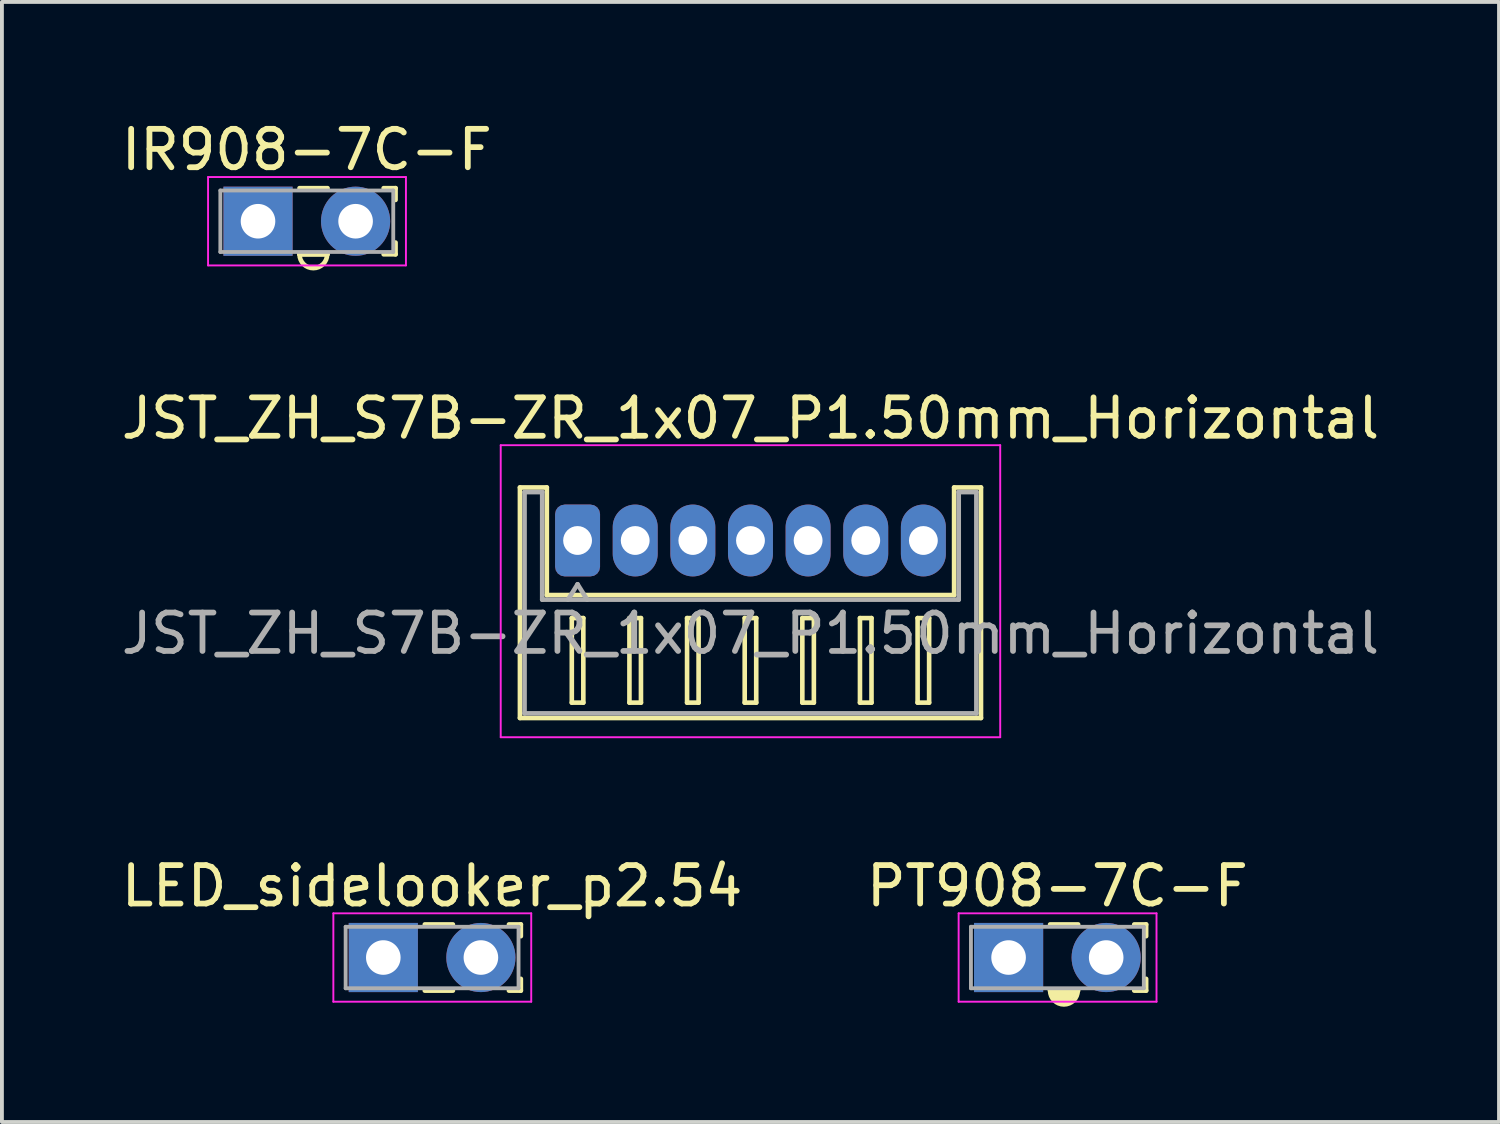
<source format=kicad_pcb>
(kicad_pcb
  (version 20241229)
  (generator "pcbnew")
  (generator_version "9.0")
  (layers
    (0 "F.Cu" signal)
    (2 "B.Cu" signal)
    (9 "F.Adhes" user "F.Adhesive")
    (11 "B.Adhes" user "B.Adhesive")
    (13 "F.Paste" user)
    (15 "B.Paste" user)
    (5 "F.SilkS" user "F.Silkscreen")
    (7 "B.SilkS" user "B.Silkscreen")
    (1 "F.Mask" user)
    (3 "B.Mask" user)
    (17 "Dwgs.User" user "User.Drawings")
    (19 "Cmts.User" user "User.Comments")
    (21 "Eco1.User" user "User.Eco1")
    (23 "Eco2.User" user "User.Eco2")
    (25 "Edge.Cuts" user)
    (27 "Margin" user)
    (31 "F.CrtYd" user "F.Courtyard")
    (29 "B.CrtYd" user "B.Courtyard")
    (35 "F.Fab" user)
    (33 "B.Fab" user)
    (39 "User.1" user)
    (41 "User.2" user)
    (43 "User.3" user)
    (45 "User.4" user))
  (footprint "IR908-7C-F"
    (layer "F.Cu")
    (at 3.665 2.708)
    (property "Reference" "IR908-7C-F" (at 1.27 -1.86 0) (layer "F.SilkS") (effects (font (size 1 1) (thickness 0.15))))
    (attr through_hole)
    (fp_line (start 1.08 -0.861) (end 1.811 -0.861) (stroke (width 0.12) (type solid)) (layer "F.SilkS"))
    (fp_line (start 1.08 0.861) (end 1.8 0.861) (stroke (width 0.12) (type solid)) (layer "F.SilkS"))
    (fp_line (start 1.08 0.861) (end 1.811 0.861) (stroke (width 0.12) (type solid)) (layer "F.SilkS"))
    (fp_line (start 3.27 -0.861) (end 3.58 -0.861) (stroke (width 0.12) (type solid)) (layer "F.SilkS"))
    (fp_line (start 3.27 0.861) (end 3.58 0.861) (stroke (width 0.12) (type solid)) (layer "F.SilkS"))
    (fp_line (start 3.58 -0.861) (end 3.58 -0.555) (stroke (width 0.12) (type solid)) (layer "F.SilkS"))
    (fp_line (start 3.58 0.555) (end 3.58 0.861) (stroke (width 0.12) (type solid)) (layer "F.SilkS"))
    (fp_arc (start 1.8 0.861) (mid 1.44 1.221) (end 1.08 0.861) (stroke (width 0.12) (type solid)) (layer "F.SilkS"))
    (fp_line (start -1.3 -1.15) (end -1.3 1.15) (stroke (width 0.05) (type solid)) (layer "F.CrtYd"))
    (fp_line (start -1.3 1.15) (end 3.85 1.15) (stroke (width 0.05) (type solid)) (layer "F.CrtYd"))
    (fp_line (start 3.85 -1.15) (end -1.3 -1.15) (stroke (width 0.05) (type solid)) (layer "F.CrtYd"))
    (fp_line (start 3.85 1.15) (end 3.85 -1.15) (stroke (width 0.05) (type solid)) (layer "F.CrtYd"))
    (fp_line (start -0.98 -0.8) (end -0.98 0.8) (stroke (width 0.1) (type solid)) (layer "F.Fab"))
    (fp_line (start -0.98 0.8) (end 3.52 0.8) (stroke (width 0.1) (type solid)) (layer "F.Fab"))
    (fp_line (start 3.52 -0.8) (end -0.98 -0.8) (stroke (width 0.1) (type solid)) (layer "F.Fab"))
    (fp_line (start 3.52 0.8) (end 3.52 -0.8) (stroke (width 0.1) (type solid)) (layer "F.Fab"))
    (pad "1" thru_hole rect (at 0 0) (size 1.8 1.8) (drill 0.9) (layers "*.Cu" "*.Mask"))
    (pad "2" thru_hole circle (at 2.54 0) (size 1.8 1.8) (drill 0.9) (layers "*.Cu" "*.Mask")))
  (footprint "PT908-7C-F"
    (layer "F.Cu")
    (at 23.2 21.871)
    (property "Reference" "PT908-7C-F" (at 1.27 -1.86 0) (layer "F.SilkS") (effects (font (size 1 1) (thickness 0.15))))
    (attr through_hole)
    (fp_line (start 1.08 -0.861) (end 1.811 -0.861) (stroke (width 0.12) (type solid)) (layer "F.SilkS"))
    (fp_line (start 1.08 0.861) (end 1.8 0.861) (stroke (width 0.12) (type solid)) (layer "F.SilkS"))
    (fp_line (start 1.08 0.861) (end 1.811 0.861) (stroke (width 0.12) (type solid)) (layer "F.SilkS"))
    (fp_line (start 3.27 -0.861) (end 3.58 -0.861) (stroke (width 0.12) (type solid)) (layer "F.SilkS"))
    (fp_line (start 3.27 0.861) (end 3.58 0.861) (stroke (width 0.12) (type solid)) (layer "F.SilkS"))
    (fp_line (start 3.58 -0.861) (end 3.58 -0.555) (stroke (width 0.12) (type solid)) (layer "F.SilkS"))
    (fp_line (start 3.58 0.555) (end 3.58 0.861) (stroke (width 0.12) (type solid)) (layer "F.SilkS"))
    (fp_arc (start 1.8 0.861) (mid 1.44 1.221) (end 1.08 0.861) (stroke (width 0.12) (type solid)) (layer "F.SilkS"))
    (fp_poly (pts (xy 1.57 1.121) (xy 1.28 1.121) (xy 1.16 0.931) (xy 1.16 0.921) (xy 1.73 0.921)) (stroke (width 0.1) (type solid)) (fill yes) (layer "F.SilkS"))
    (fp_line (start -1.3 -1.15) (end -1.3 1.15) (stroke (width 0.05) (type solid)) (layer "F.CrtYd"))
    (fp_line (start -1.3 1.15) (end 3.85 1.15) (stroke (width 0.05) (type solid)) (layer "F.CrtYd"))
    (fp_line (start 3.85 -1.15) (end -1.3 -1.15) (stroke (width 0.05) (type solid)) (layer "F.CrtYd"))
    (fp_line (start 3.85 1.15) (end 3.85 -1.15) (stroke (width 0.05) (type solid)) (layer "F.CrtYd"))
    (fp_line (start -0.98 -0.8) (end -0.98 0.8) (stroke (width 0.1) (type solid)) (layer "F.Fab"))
    (fp_line (start -0.98 0.8) (end 3.52 0.8) (stroke (width 0.1) (type solid)) (layer "F.Fab"))
    (fp_line (start 3.52 -0.8) (end -0.98 -0.8) (stroke (width 0.1) (type solid)) (layer "F.Fab"))
    (fp_line (start 3.52 0.8) (end 3.52 -0.8) (stroke (width 0.1) (type solid)) (layer "F.Fab"))
    (pad "1" thru_hole rect (at 0 0) (size 1.8 1.8) (drill 0.9) (layers "*.Cu" "*.Mask"))
    (pad "2" thru_hole circle (at 2.54 0) (size 1.8 1.8) (drill 0.9) (layers "*.Cu" "*.Mask")))
  (footprint "JST_ZH_S7B-ZR_1x07_P1.50mm_Horizontal"
    (layer "F.Cu")
    (at 11.982 11.037)
    (property "Reference" "JST_ZH_S7B-ZR_1x07_P1.50mm_Horizontal" (at 4.5 -3.2 0) (layer "F.SilkS") (effects (font (size 1 1) (thickness 0.15))))
    (attr through_hole)
    (fp_line (start -1.5 -1.4) (end -0.8 -1.4) (stroke (width 0.12) (type solid)) (layer "F.SilkS"))
    (fp_line (start -1.5 4.6) (end -1.5 -1.4) (stroke (width 0.12) (type solid)) (layer "F.SilkS"))
    (fp_line (start -1.5 4.6) (end 10.5 4.6) (stroke (width 0.12) (type solid)) (layer "F.SilkS"))
    (fp_line (start -0.8 1.4) (end -0.8 -1.4) (stroke (width 0.12) (type solid)) (layer "F.SilkS"))
    (fp_line (start -0.8 1.4) (end 9.8 1.4) (stroke (width 0.12) (type solid)) (layer "F.SilkS"))
    (fp_line (start -0.15 4.2) (end -0.15 2) (stroke (width 0.12) (type solid)) (layer "F.SilkS"))
    (fp_line (start -0.15 4.2) (end 0.15 4.2) (stroke (width 0.12) (type solid)) (layer "F.SilkS"))
    (fp_line (start 0.15 2) (end -0.15 2) (stroke (width 0.12) (type solid)) (layer "F.SilkS"))
    (fp_line (start 0.15 4.2) (end 0.15 2) (stroke (width 0.12) (type solid)) (layer "F.SilkS"))
    (fp_line (start 1.35 4.2) (end 1.35 2) (stroke (width 0.12) (type solid)) (layer "F.SilkS"))
    (fp_line (start 1.35 4.2) (end 1.65 4.2) (stroke (width 0.12) (type solid)) (layer "F.SilkS"))
    (fp_line (start 1.65 2) (end 1.35 2) (stroke (width 0.12) (type solid)) (layer "F.SilkS"))
    (fp_line (start 1.65 4.2) (end 1.65 2) (stroke (width 0.12) (type solid)) (layer "F.SilkS"))
    (fp_line (start 2.85 4.2) (end 2.85 2) (stroke (width 0.12) (type solid)) (layer "F.SilkS"))
    (fp_line (start 2.85 4.2) (end 3.15 4.2) (stroke (width 0.12) (type solid)) (layer "F.SilkS"))
    (fp_line (start 3.15 2) (end 2.85 2) (stroke (width 0.12) (type solid)) (layer "F.SilkS"))
    (fp_line (start 3.15 4.2) (end 3.15 2) (stroke (width 0.12) (type solid)) (layer "F.SilkS"))
    (fp_line (start 4.35 4.2) (end 4.35 2) (stroke (width 0.12) (type solid)) (layer "F.SilkS"))
    (fp_line (start 4.35 4.2) (end 4.65 4.2) (stroke (width 0.12) (type solid)) (layer "F.SilkS"))
    (fp_line (start 4.65 2) (end 4.35 2) (stroke (width 0.12) (type solid)) (layer "F.SilkS"))
    (fp_line (start 4.65 4.2) (end 4.65 2) (stroke (width 0.12) (type solid)) (layer "F.SilkS"))
    (fp_line (start 5.85 4.2) (end 5.85 2) (stroke (width 0.12) (type solid)) (layer "F.SilkS"))
    (fp_line (start 5.85 4.2) (end 6.15 4.2) (stroke (width 0.12) (type solid)) (layer "F.SilkS"))
    (fp_line (start 6.15 2) (end 5.85 2) (stroke (width 0.12) (type solid)) (layer "F.SilkS"))
    (fp_line (start 6.15 4.2) (end 6.15 2) (stroke (width 0.12) (type solid)) (layer "F.SilkS"))
    (fp_line (start 7.35 4.2) (end 7.35 2) (stroke (width 0.12) (type solid)) (layer "F.SilkS"))
    (fp_line (start 7.35 4.2) (end 7.65 4.2) (stroke (width 0.12) (type solid)) (layer "F.SilkS"))
    (fp_line (start 7.65 2) (end 7.35 2) (stroke (width 0.12) (type solid)) (layer "F.SilkS"))
    (fp_line (start 7.65 4.2) (end 7.65 2) (stroke (width 0.12) (type solid)) (layer "F.SilkS"))
    (fp_line (start 8.85 4.2) (end 8.85 2) (stroke (width 0.12) (type solid)) (layer "F.SilkS"))
    (fp_line (start 8.85 4.2) (end 9.15 4.2) (stroke (width 0.12) (type solid)) (layer "F.SilkS"))
    (fp_line (start 9.15 2) (end 8.85 2) (stroke (width 0.12) (type solid)) (layer "F.SilkS"))
    (fp_line (start 9.15 4.2) (end 9.15 2) (stroke (width 0.12) (type solid)) (layer "F.SilkS"))
    (fp_line (start 9.8 -1.4) (end 9.8 1.4) (stroke (width 0.12) (type solid)) (layer "F.SilkS"))
    (fp_line (start 9.8 -1.4) (end 10.5 -1.4) (stroke (width 0.12) (type solid)) (layer "F.SilkS"))
    (fp_line (start 10.5 -1.4) (end 10.5 4.6) (stroke (width 0.12) (type solid)) (layer "F.SilkS"))
    (fp_line (start -2 -2.5) (end -2 5.1) (stroke (width 0.05) (type solid)) (layer "F.CrtYd"))
    (fp_line (start -2 5.1) (end 11 5.1) (stroke (width 0.05) (type solid)) (layer "F.CrtYd"))
    (fp_line (start 11 -2.5) (end -2 -2.5) (stroke (width 0.05) (type solid)) (layer "F.CrtYd"))
    (fp_line (start 11 5.1) (end 11 -2.5) (stroke (width 0.05) (type solid)) (layer "F.CrtYd"))
    (fp_line (start -1.38 -1.28) (end -0.92 -1.28) (stroke (width 0.12) (type solid)) (layer "F.Fab"))
    (fp_line (start -1.38 4.48) (end -1.38 -1.28) (stroke (width 0.12) (type solid)) (layer "F.Fab"))
    (fp_line (start -0.92 -1.28) (end -0.92 1.52) (stroke (width 0.12) (type solid)) (layer "F.Fab"))
    (fp_line (start -0.92 1.52) (end 9.92 1.52) (stroke (width 0.12) (type solid)) (layer "F.Fab"))
    (fp_line (start -0.25 1.52) (end 0 1.12) (stroke (width 0.12) (type solid)) (layer "F.Fab"))
    (fp_line (start 0 1.12) (end 0.25 1.52) (stroke (width 0.12) (type solid)) (layer "F.Fab"))
    (fp_line (start 9.92 -1.28) (end 9.92 1.52) (stroke (width 0.12) (type solid)) (layer "F.Fab"))
    (fp_line (start 9.92 -1.28) (end 10.38 -1.28) (stroke (width 0.12) (type solid)) (layer "F.Fab"))
    (fp_line (start 10.38 -1.28) (end 10.38 4.48) (stroke (width 0.12) (type solid)) (layer "F.Fab"))
    (fp_line (start 10.38 4.48) (end -1.38 4.48) (stroke (width 0.12) (type solid)) (layer "F.Fab"))
    (fp_text user "${REFERENCE}" (at 4.5 2.4 0) (layer "F.Fab") (effects (font (size 1 1) (thickness 0.15))))
    (pad "1" thru_hole roundrect (at 0 -0.02) (size 1.17 1.87) (drill 0.75) (layers "*.Cu" "*.Mask") (roundrect_rratio 0.214))
    (pad "2" thru_hole oval (at 1.5 -0.02) (size 1.17 1.87) (drill 0.75) (layers "*.Cu" "*.Mask"))
    (pad "3" thru_hole oval (at 3 -0.02) (size 1.17 1.87) (drill 0.75) (layers "*.Cu" "*.Mask"))
    (pad "4" thru_hole oval (at 4.5 -0.02) (size 1.17 1.87) (drill 0.75) (layers "*.Cu" "*.Mask"))
    (pad "5" thru_hole oval (at 6 -0.02) (size 1.17 1.87) (drill 0.75) (layers "*.Cu" "*.Mask"))
    (pad "6" thru_hole oval (at 7.5 -0.02) (size 1.17 1.87) (drill 0.75) (layers "*.Cu" "*.Mask"))
    (pad "7" thru_hole oval (at 9 -0.02) (size 1.17 1.87) (drill 0.75) (layers "*.Cu" "*.Mask")))
  (footprint "LED_sidelooker_p2.54"
    (layer "F.Cu")
    (at 6.926 21.871)
    (property "Reference" "LED_sidelooker_p2.54" (at 1.27 -1.86 0) (layer "F.SilkS") (effects (font (size 1 1) (thickness 0.15))))
    (attr through_hole)
    (fp_line (start 1.08 -0.861) (end 1.811 -0.861) (stroke (width 0.12) (type solid)) (layer "F.SilkS"))
    (fp_line (start 1.08 0.861) (end 1.811 0.861) (stroke (width 0.12) (type solid)) (layer "F.SilkS"))
    (fp_line (start 3.27 -0.861) (end 3.58 -0.861) (stroke (width 0.12) (type solid)) (layer "F.SilkS"))
    (fp_line (start 3.27 0.861) (end 3.58 0.861) (stroke (width 0.12) (type solid)) (layer "F.SilkS"))
    (fp_line (start 3.58 -0.861) (end 3.58 -0.555) (stroke (width 0.12) (type solid)) (layer "F.SilkS"))
    (fp_line (start 3.58 0.555) (end 3.58 0.861) (stroke (width 0.12) (type solid)) (layer "F.SilkS"))
    (fp_line (start -1.3 -1.15) (end -1.3 1.15) (stroke (width 0.05) (type solid)) (layer "F.CrtYd"))
    (fp_line (start -1.3 1.15) (end 3.85 1.15) (stroke (width 0.05) (type solid)) (layer "F.CrtYd"))
    (fp_line (start 3.85 -1.15) (end -1.3 -1.15) (stroke (width 0.05) (type solid)) (layer "F.CrtYd"))
    (fp_line (start 3.85 1.15) (end 3.85 -1.15) (stroke (width 0.05) (type solid)) (layer "F.CrtYd"))
    (fp_line (start -0.98 -0.8) (end -0.98 0.8) (stroke (width 0.1) (type solid)) (layer "F.Fab"))
    (fp_line (start -0.98 0.8) (end 3.52 0.8) (stroke (width 0.1) (type solid)) (layer "F.Fab"))
    (fp_line (start 3.52 -0.8) (end -0.98 -0.8) (stroke (width 0.1) (type solid)) (layer "F.Fab"))
    (fp_line (start 3.52 0.8) (end 3.52 -0.8) (stroke (width 0.1) (type solid)) (layer "F.Fab"))
    (pad "1" thru_hole rect (at 0 0) (size 1.8 1.8) (drill 0.9) (layers "*.Cu" "*.Mask"))
    (pad "2" thru_hole circle (at 2.54 0) (size 1.8 1.8) (drill 0.9) (layers "*.Cu" "*.Mask")))
  (gr_rect
    (start -3 -3)
    (end 35.964 26.152)
    (stroke (width 0.1) (type default))
    (fill no)
    (layer "Edge.Cuts")))
</source>
